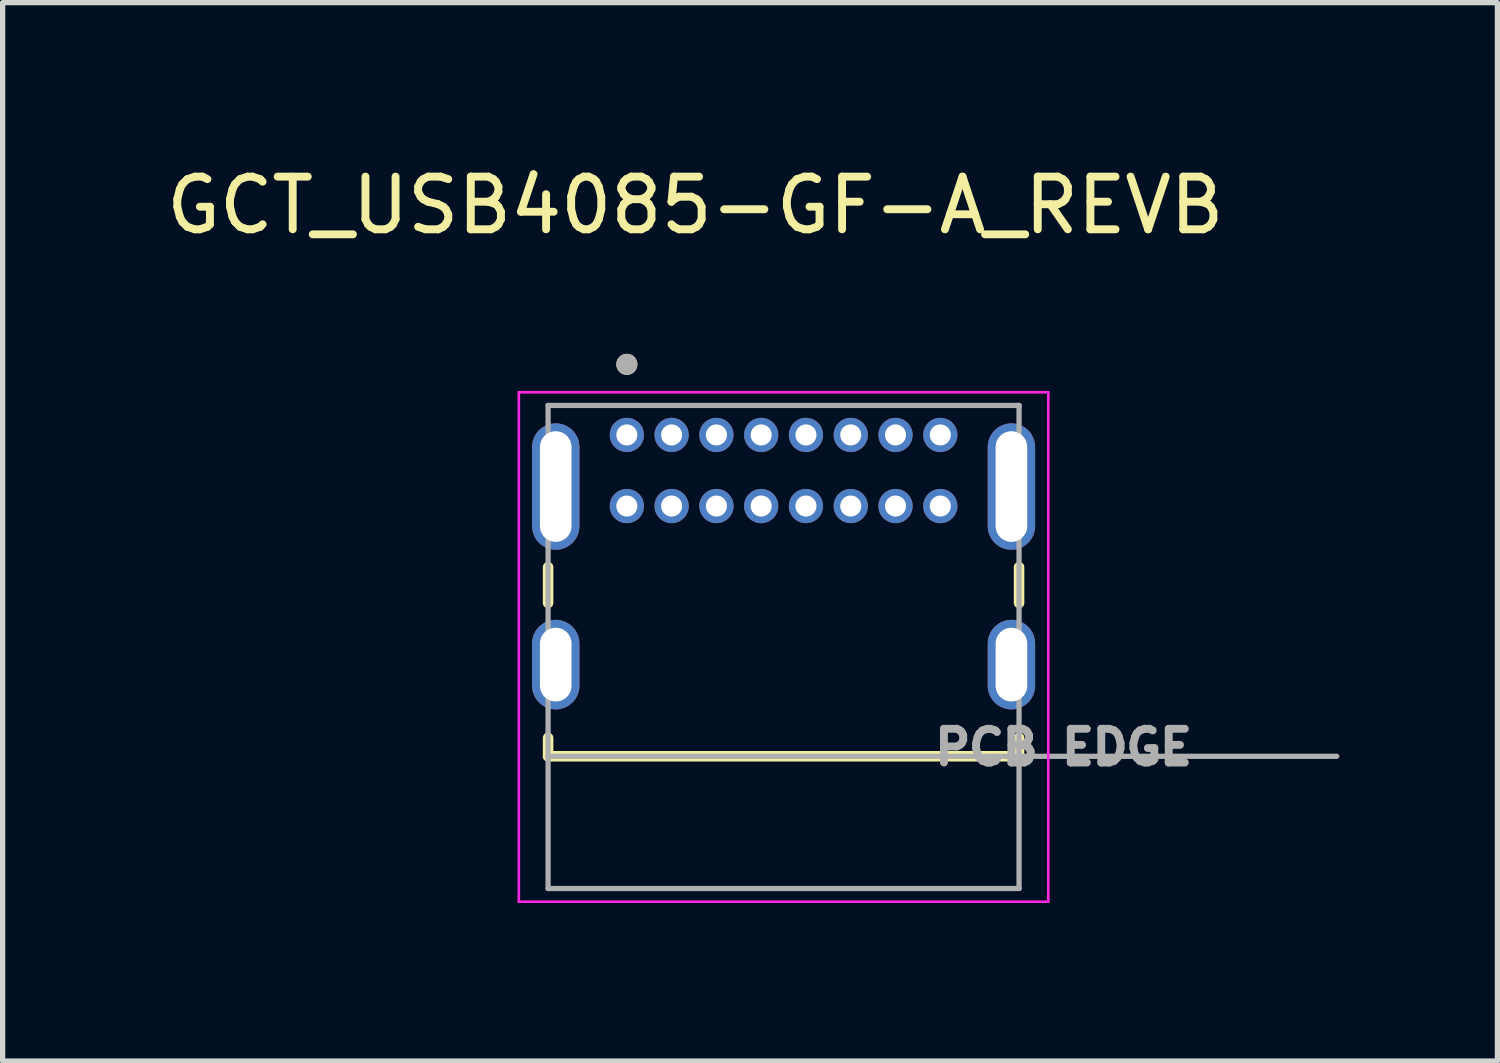
<source format=kicad_pcb>
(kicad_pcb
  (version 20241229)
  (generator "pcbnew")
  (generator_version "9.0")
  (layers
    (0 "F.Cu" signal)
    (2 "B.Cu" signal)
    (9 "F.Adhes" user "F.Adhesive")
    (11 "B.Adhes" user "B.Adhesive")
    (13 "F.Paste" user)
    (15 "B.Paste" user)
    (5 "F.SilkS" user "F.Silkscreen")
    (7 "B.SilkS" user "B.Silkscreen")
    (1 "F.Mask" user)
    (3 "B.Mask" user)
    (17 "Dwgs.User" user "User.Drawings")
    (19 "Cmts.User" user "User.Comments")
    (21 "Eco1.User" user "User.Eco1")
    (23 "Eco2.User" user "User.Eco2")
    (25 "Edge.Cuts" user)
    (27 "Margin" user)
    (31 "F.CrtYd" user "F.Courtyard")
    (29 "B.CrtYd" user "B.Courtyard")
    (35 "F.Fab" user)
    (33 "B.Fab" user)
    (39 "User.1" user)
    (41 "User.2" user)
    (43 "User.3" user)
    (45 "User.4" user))
  (footprint "GCT_USB4085-GF-A_REVB"
    (layer "F.Cu")
    (at 11.999 9.403)
    (property "Reference" "GCT_USB4085-GF-A_REVB" (at -1.85 -8.555 0) (layer "F.SilkS") (effects (font (size 1 1) (thickness 0.15))))
    (attr through_hole)
    (fp_line (start -4.645 -1.687) (end -4.645 -1.007) (stroke (width 0.2) (type solid)) (layer "F.SilkS"))
    (fp_line (start -4.645 1.553) (end -4.645 1.903) (stroke (width 0.2) (type solid)) (layer "F.SilkS"))
    (fp_line (start -4.645 1.903) (end 4.295 1.903) (stroke (width 0.2) (type solid)) (layer "F.SilkS"))
    (fp_line (start 4.295 -1.687) (end 4.295 -1.007) (stroke (width 0.2) (type solid)) (layer "F.SilkS"))
    (fp_line (start 4.295 1.903) (end 4.295 1.553) (stroke (width 0.2) (type solid)) (layer "F.SilkS"))
    (fp_circle (center -3.15 -5.537) (end -3.05 -5.537) (stroke (width 0.2) (type solid)) (fill no) (layer "F.SilkS"))
    (fp_line (start -5.2 -5.007) (end 4.85 -5.007) (stroke (width 0.05) (type solid)) (layer "F.CrtYd"))
    (fp_line (start -5.2 4.663) (end -5.2 -5.007) (stroke (width 0.05) (type solid)) (layer "F.CrtYd"))
    (fp_line (start 4.85 -5.007) (end 4.85 4.663) (stroke (width 0.05) (type solid)) (layer "F.CrtYd"))
    (fp_line (start 4.85 4.663) (end -5.2 4.663) (stroke (width 0.05) (type solid)) (layer "F.CrtYd"))
    (fp_line (start -4.645 -4.757) (end 4.295 -4.757) (stroke (width 0.1) (type solid)) (layer "F.Fab"))
    (fp_line (start -4.645 1.903) (end -4.645 -4.757) (stroke (width 0.1) (type solid)) (layer "F.Fab"))
    (fp_line (start -4.645 1.903) (end 10.325 1.903) (stroke (width 0.1) (type solid)) (layer "F.Fab"))
    (fp_line (start -4.645 4.413) (end -4.645 1.903) (stroke (width 0.1) (type solid)) (layer "F.Fab"))
    (fp_line (start 4.295 -4.757) (end 4.295 4.413) (stroke (width 0.1) (type solid)) (layer "F.Fab"))
    (fp_line (start 4.295 4.413) (end -4.645 4.413) (stroke (width 0.1) (type solid)) (layer "F.Fab"))
    (fp_circle (center -3.15 -5.537) (end -3.05 -5.537) (stroke (width 0.2) (type solid)) (fill no) (layer "F.Fab"))
    (fp_text user "PCB EDGE" (at 5.14 1.733 0) (layer "F.Fab") (effects (font (size 0.64 0.64) (thickness 0.15))))
    (pad "A1" thru_hole circle (at -3.15 -4.197) (size 0.65 0.65) (drill 0.4) (layers "*.Cu" "*.Mask"))
    (pad "A4" thru_hole circle (at -2.3 -4.197) (size 0.65 0.65) (drill 0.4) (layers "*.Cu" "*.Mask"))
    (pad "A5" thru_hole circle (at -1.45 -4.197) (size 0.65 0.65) (drill 0.4) (layers "*.Cu" "*.Mask"))
    (pad "A6" thru_hole circle (at -0.6 -4.197) (size 0.65 0.65) (drill 0.4) (layers "*.Cu" "*.Mask"))
    (pad "A7" thru_hole circle (at 0.25 -4.197) (size 0.65 0.65) (drill 0.4) (layers "*.Cu" "*.Mask"))
    (pad "A8" thru_hole circle (at 1.1 -4.197) (size 0.65 0.65) (drill 0.4) (layers "*.Cu" "*.Mask"))
    (pad "A9" thru_hole circle (at 1.95 -4.197) (size 0.65 0.65) (drill 0.4) (layers "*.Cu" "*.Mask"))
    (pad "A12" thru_hole circle (at 2.8 -4.197) (size 0.65 0.65) (drill 0.4) (layers "*.Cu" "*.Mask"))
    (pad "B1" thru_hole circle (at 2.8 -2.847) (size 0.65 0.65) (drill 0.4) (layers "*.Cu" "*.Mask"))
    (pad "B4" thru_hole circle (at 1.95 -2.847) (size 0.65 0.65) (drill 0.4) (layers "*.Cu" "*.Mask"))
    (pad "B5" thru_hole circle (at 1.1 -2.847) (size 0.65 0.65) (drill 0.4) (layers "*.Cu" "*.Mask"))
    (pad "B6" thru_hole circle (at 0.25 -2.847) (size 0.65 0.65) (drill 0.4) (layers "*.Cu" "*.Mask"))
    (pad "B7" thru_hole circle (at -0.6 -2.847) (size 0.65 0.65) (drill 0.4) (layers "*.Cu" "*.Mask"))
    (pad "B8" thru_hole circle (at -1.45 -2.847) (size 0.65 0.65) (drill 0.4) (layers "*.Cu" "*.Mask"))
    (pad "B9" thru_hole circle (at -2.3 -2.847) (size 0.65 0.65) (drill 0.4) (layers "*.Cu" "*.Mask"))
    (pad "B12" thru_hole circle (at -3.15 -2.847) (size 0.65 0.65) (drill 0.4) (layers "*.Cu" "*.Mask"))
    (pad "S1" thru_hole oval (at -4.5 0.163) (size 0.9 1.7) (drill oval 0.6 1.4) (layers "*.Cu" "*.Mask"))
    (pad "S2" thru_hole oval (at 4.15 0.163) (size 0.9 1.7) (drill oval 0.6 1.4) (layers "*.Cu" "*.Mask"))
    (pad "S3" thru_hole oval (at -4.5 -3.217) (size 0.9 2.4) (drill oval 0.6 2.1) (layers "*.Cu" "*.Mask"))
    (pad "S4" thru_hole oval (at 4.15 -3.217) (size 0.9 2.4) (drill oval 0.6 2.1) (layers "*.Cu" "*.Mask")))
  (gr_rect
    (start -3 -3)
    (end 25.374 17.091)
    (stroke (width 0.1) (type default))
    (fill no)
    (layer "Edge.Cuts")))
</source>
